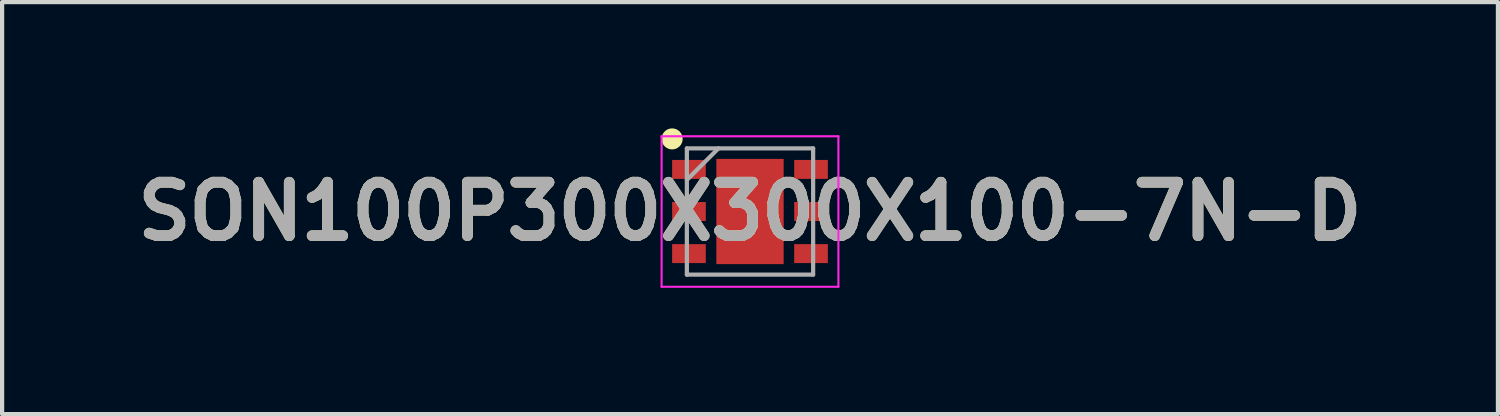
<source format=kicad_pcb>
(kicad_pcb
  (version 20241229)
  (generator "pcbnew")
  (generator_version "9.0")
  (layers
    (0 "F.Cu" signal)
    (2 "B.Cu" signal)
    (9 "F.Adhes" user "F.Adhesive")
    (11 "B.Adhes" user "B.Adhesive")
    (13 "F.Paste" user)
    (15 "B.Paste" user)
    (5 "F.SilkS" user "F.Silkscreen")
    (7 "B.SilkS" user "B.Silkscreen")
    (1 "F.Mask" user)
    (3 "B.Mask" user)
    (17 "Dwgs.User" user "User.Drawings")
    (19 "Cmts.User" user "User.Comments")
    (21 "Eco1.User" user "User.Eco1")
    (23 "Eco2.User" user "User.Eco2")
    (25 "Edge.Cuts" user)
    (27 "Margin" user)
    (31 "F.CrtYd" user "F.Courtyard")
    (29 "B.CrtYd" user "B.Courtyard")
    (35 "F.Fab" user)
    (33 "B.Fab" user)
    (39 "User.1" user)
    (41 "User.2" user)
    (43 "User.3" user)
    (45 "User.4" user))
  (footprint "SON100P300X300X100-7N-D"
    (layer "F.Cu")
    (at 14.768 1.975)
    (property "Reference" "SON100P300X300X100-7N-D" (at 0 0 0) (layer "F.SilkS") (effects (font (size 1.27 1.27) (thickness 0.254))))
    (attr smd)
    (fp_circle (center -1.85 -1.725) (end -1.85 -1.6) (stroke (width 0.25) (type solid)) (fill no) (layer "F.SilkS"))
    (fp_line (start -2.1 -1.788) (end 2.1 -1.788) (stroke (width 0.05) (type solid)) (layer "F.CrtYd"))
    (fp_line (start -2.1 1.788) (end -2.1 -1.788) (stroke (width 0.05) (type solid)) (layer "F.CrtYd"))
    (fp_line (start 2.1 -1.788) (end 2.1 1.788) (stroke (width 0.05) (type solid)) (layer "F.CrtYd"))
    (fp_line (start 2.1 1.788) (end -2.1 1.788) (stroke (width 0.05) (type solid)) (layer "F.CrtYd"))
    (fp_line (start -1.5 -1.5) (end 1.5 -1.5) (stroke (width 0.1) (type solid)) (layer "F.Fab"))
    (fp_line (start -1.5 -0.75) (end -0.75 -1.5) (stroke (width 0.1) (type solid)) (layer "F.Fab"))
    (fp_line (start -1.5 1.5) (end -1.5 -1.5) (stroke (width 0.1) (type solid)) (layer "F.Fab"))
    (fp_line (start 1.5 -1.5) (end 1.5 1.5) (stroke (width 0.1) (type solid)) (layer "F.Fab"))
    (fp_line (start 1.5 1.5) (end -1.5 1.5) (stroke (width 0.1) (type solid)) (layer "F.Fab"))
    (fp_text user "${REFERENCE}" (at 0 0 0) (layer "F.Fab") (effects (font (size 1.27 1.27) (thickness 0.254))))
    (pad "1" smd rect (at -1.45 -1 90) (size 0.45 0.8) (layers "F.Cu" "F.Mask" "F.Paste"))
    (pad "2" smd rect (at -1.45 0 90) (size 0.45 0.8) (layers "F.Cu" "F.Mask" "F.Paste"))
    (pad "3" smd rect (at -1.45 1 90) (size 0.45 0.8) (layers "F.Cu" "F.Mask" "F.Paste"))
    (pad "4" smd rect (at 1.45 1 90) (size 0.45 0.8) (layers "F.Cu" "F.Mask" "F.Paste"))
    (pad "5" smd rect (at 1.45 0 90) (size 0.45 0.8) (layers "F.Cu" "F.Mask" "F.Paste"))
    (pad "6" smd rect (at 1.45 -1 90) (size 0.45 0.8) (layers "F.Cu" "F.Mask" "F.Paste"))
    (pad "7" smd rect (at 0 0) (size 1.6 2.5) (layers "F.Cu" "F.Mask" "F.Paste")))
  (gr_rect
    (start -3 -3)
    (end 32.537 6.788)
    (stroke (width 0.1) (type default))
    (fill no)
    (layer "Edge.Cuts")))
</source>
